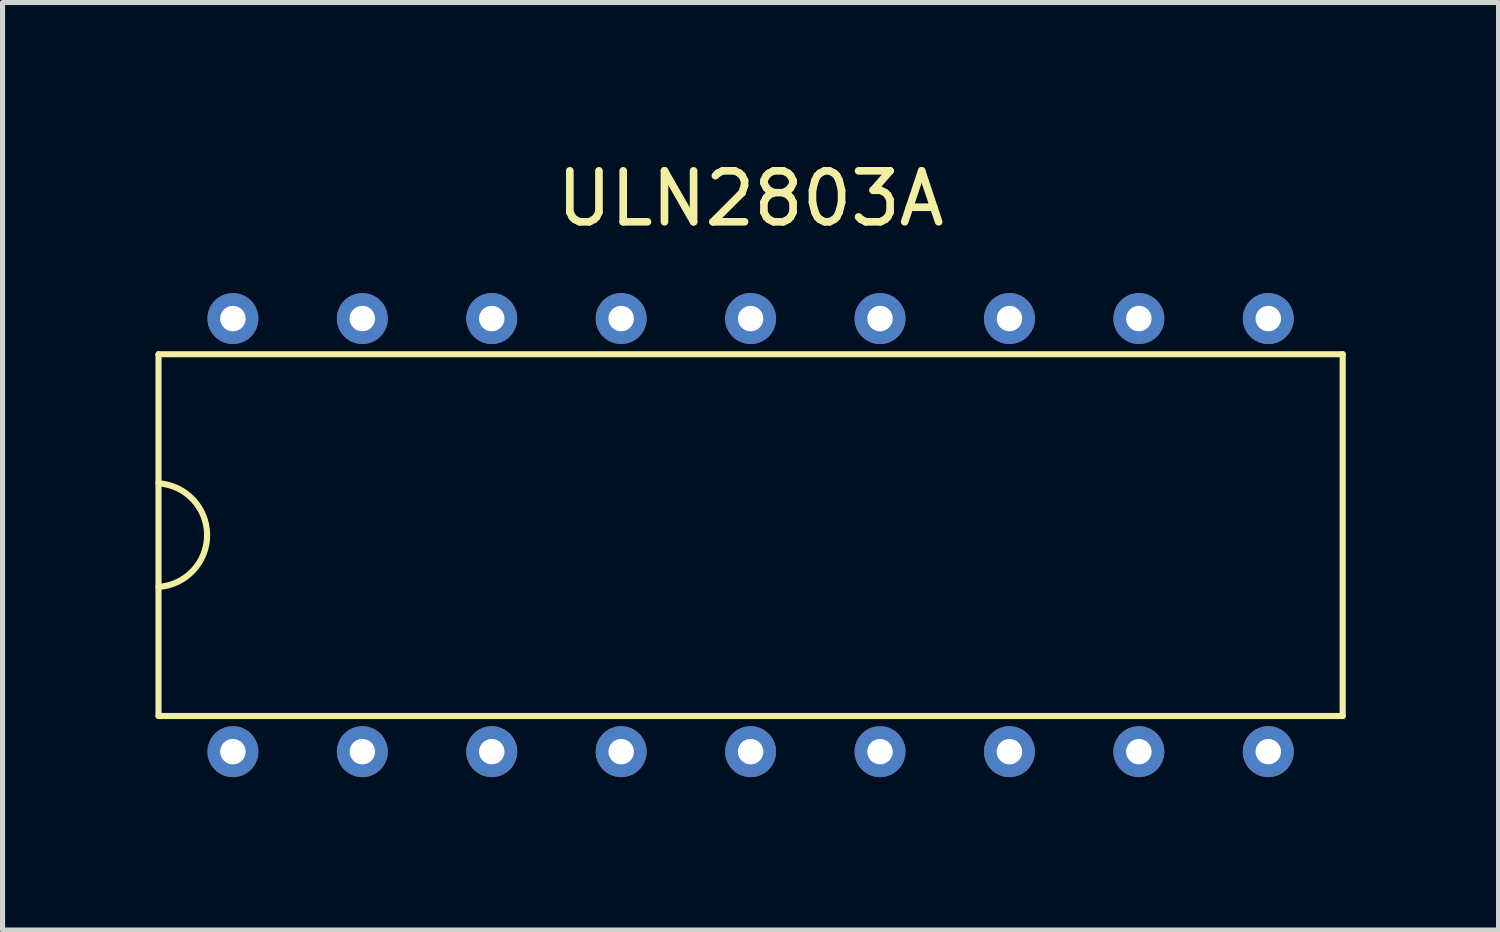
<source format=kicad_pcb>
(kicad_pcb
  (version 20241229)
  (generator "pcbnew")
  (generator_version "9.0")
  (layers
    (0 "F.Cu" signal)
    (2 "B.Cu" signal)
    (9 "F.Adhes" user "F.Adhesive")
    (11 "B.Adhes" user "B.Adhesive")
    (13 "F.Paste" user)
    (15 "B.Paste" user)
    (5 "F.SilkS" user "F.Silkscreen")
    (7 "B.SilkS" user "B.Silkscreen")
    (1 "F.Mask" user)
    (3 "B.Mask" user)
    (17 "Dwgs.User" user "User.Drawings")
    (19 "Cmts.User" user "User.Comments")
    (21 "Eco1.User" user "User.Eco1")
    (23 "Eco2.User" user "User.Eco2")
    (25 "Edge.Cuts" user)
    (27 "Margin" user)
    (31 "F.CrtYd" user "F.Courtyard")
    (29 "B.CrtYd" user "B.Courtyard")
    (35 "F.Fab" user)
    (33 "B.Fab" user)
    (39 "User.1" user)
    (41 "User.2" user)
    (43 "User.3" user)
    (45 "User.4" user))
  (footprint "ULN2803A"
    (layer "F.Cu")
    (at 11.681 7.452)
    (property "Reference" "ULN2803A" (at 0 -6.604 0) (layer "F.SilkS") (effects (font (size 1 1) (thickness 0.15))))
    (attr through_hole)
    (fp_line (start -11.62 -3.55) (end -11.62 3.55) (stroke (width 0.12) (type solid)) (layer "F.SilkS"))
    (fp_line (start 11.62 -3.55) (end -11.62 -3.55) (stroke (width 0.12) (type solid)) (layer "F.SilkS"))
    (fp_line (start 11.62 -3.55) (end 11.62 3.55) (stroke (width 0.12) (type solid)) (layer "F.SilkS"))
    (fp_line (start 11.62 3.55) (end -11.62 3.55) (stroke (width 0.12) (type solid)) (layer "F.SilkS"))
    (fp_arc (start -11.6205 -1.016) (mid -10.666018 0) (end -11.6205 1.016) (stroke (width 0.12) (type solid)) (layer "F.SilkS"))
    (pad "1" thru_hole circle (at -10.16 4.25) (size 1 1) (drill 0.5) (layers "*.Cu" "*.Mask"))
    (pad "2" thru_hole circle (at -7.62 4.25) (size 1 1) (drill 0.5) (layers "*.Cu" "*.Mask"))
    (pad "3" thru_hole circle (at -5.08 4.25) (size 1 1) (drill 0.5) (layers "*.Cu" "*.Mask"))
    (pad "4" thru_hole circle (at -2.54 4.25) (size 1 1) (drill 0.5) (layers "*.Cu" "*.Mask"))
    (pad "5" thru_hole circle (at 0 4.25) (size 1 1) (drill 0.5) (layers "*.Cu" "*.Mask"))
    (pad "6" thru_hole circle (at 2.54 4.25) (size 1 1) (drill 0.5) (layers "*.Cu" "*.Mask"))
    (pad "7" thru_hole circle (at 5.08 4.25) (size 1 1) (drill 0.5) (layers "*.Cu" "*.Mask"))
    (pad "8" thru_hole circle (at 7.62 4.25) (size 1 1) (drill 0.5) (layers "*.Cu" "*.Mask"))
    (pad "9" thru_hole circle (at 10.16 4.25) (size 1 1) (drill 0.5) (layers "*.Cu" "*.Mask"))
    (pad "10" thru_hole circle (at 10.16 -4.25) (size 1 1) (drill 0.5) (layers "*.Cu" "*.Mask"))
    (pad "11" thru_hole circle (at 7.62 -4.25) (size 1 1) (drill 0.5) (layers "*.Cu" "*.Mask"))
    (pad "12" thru_hole circle (at 5.08 -4.25) (size 1 1) (drill 0.5) (layers "*.Cu" "*.Mask"))
    (pad "13" thru_hole circle (at 2.54 -4.25) (size 1 1) (drill 0.5) (layers "*.Cu" "*.Mask"))
    (pad "14" thru_hole circle (at 0 -4.25 90) (size 1 1) (drill 0.5) (layers "*.Cu" "*.Mask"))
    (pad "15" thru_hole circle (at -2.54 -4.25) (size 1 1) (drill 0.5) (layers "*.Cu" "*.Mask"))
    (pad "16" thru_hole circle (at -5.08 -4.25) (size 1 1) (drill 0.5) (layers "*.Cu" "*.Mask"))
    (pad "17" thru_hole circle (at -7.62 -4.25) (size 1 1) (drill 0.5) (layers "*.Cu" "*.Mask"))
    (pad "18" thru_hole circle (at -10.16 -4.25) (size 1 1) (drill 0.5) (layers "*.Cu" "*.Mask")))
  (gr_rect
    (start -3 -3)
    (end 26.36 15.202)
    (stroke (width 0.1) (type default))
    (fill no)
    (layer "Edge.Cuts")))
</source>
